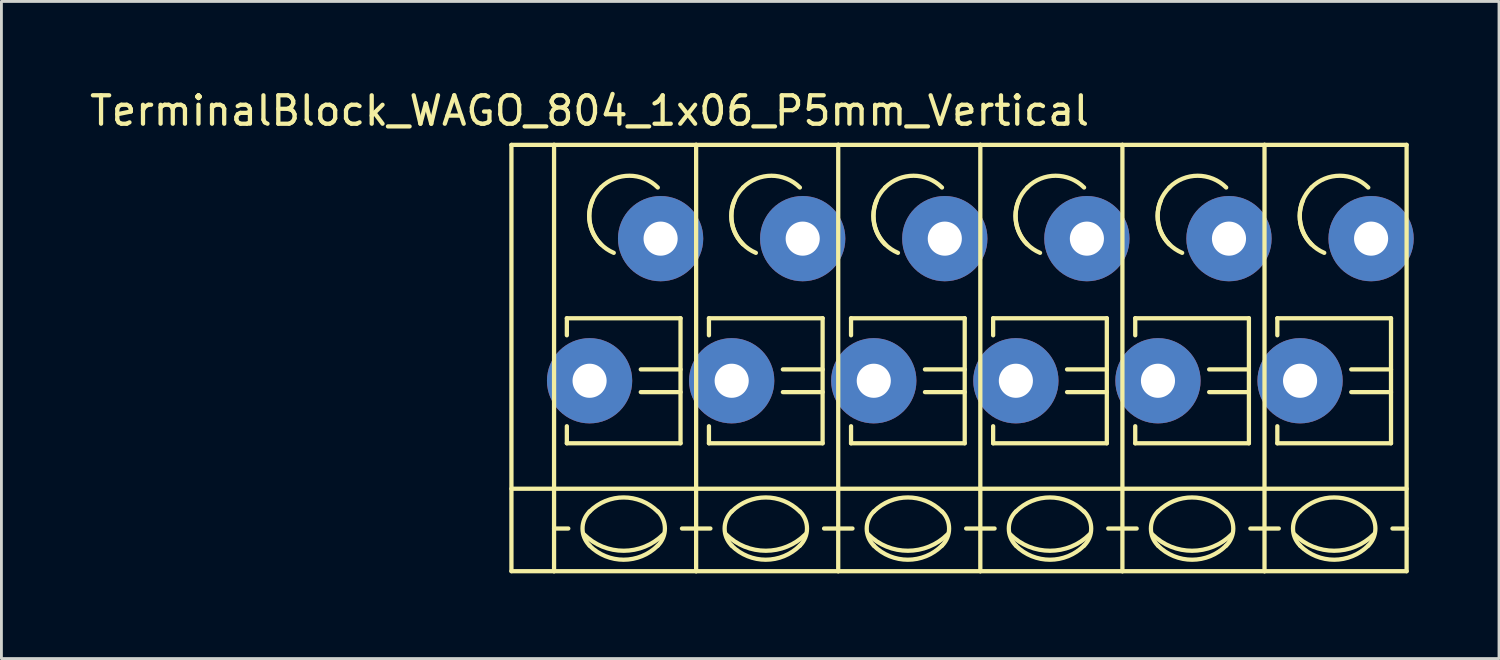
<source format=kicad_pcb>
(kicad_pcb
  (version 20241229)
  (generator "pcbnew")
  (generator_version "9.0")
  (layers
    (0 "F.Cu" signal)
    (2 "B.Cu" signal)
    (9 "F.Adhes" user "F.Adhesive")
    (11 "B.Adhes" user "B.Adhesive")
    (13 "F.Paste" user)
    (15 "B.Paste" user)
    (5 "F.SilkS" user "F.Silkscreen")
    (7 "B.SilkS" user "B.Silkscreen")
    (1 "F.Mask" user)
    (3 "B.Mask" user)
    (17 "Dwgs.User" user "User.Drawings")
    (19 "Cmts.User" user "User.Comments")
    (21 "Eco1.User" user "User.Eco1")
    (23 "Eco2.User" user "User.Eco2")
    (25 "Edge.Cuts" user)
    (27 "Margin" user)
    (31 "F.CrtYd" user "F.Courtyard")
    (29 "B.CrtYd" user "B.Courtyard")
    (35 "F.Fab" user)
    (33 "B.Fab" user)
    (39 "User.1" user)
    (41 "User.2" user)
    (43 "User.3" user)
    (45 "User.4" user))
  (footprint "TerminalBlock_WAGO_804_1x06_P5mm_Vertical"
    (layer "F.Cu")
    (at 17.696 10.348)
    (property "Reference" "TerminalBlock_WAGO_804_1x06_P5mm_Vertical" (at 0 -9.5 0) (layer "F.SilkS") (effects (font (size 1 1) (thickness 0.15))))
    (attr through_hole)
    (fp_line (start -2.75 -8.3) (end -1.25 -8.3) (stroke (width 0.15) (type solid)) (layer "F.SilkS"))
    (fp_line (start -2.75 6.7) (end -2.75 -8.3) (stroke (width 0.15) (type solid)) (layer "F.SilkS"))
    (fp_line (start -1.25 6.7) (end -2.75 6.7) (stroke (width 0.15) (type solid)) (layer "F.SilkS"))
    (fp_line (start -1.25 5.199) (end -0.749 5.199) (stroke (width 0.15) (type solid)) (layer "F.SilkS"))
    (fp_line (start -1.25 6.701) (end -1.25 -8.301) (stroke (width 0.15) (type solid)) (layer "F.SilkS"))
    (fp_line (start -0.8 -2.2) (end -0.8 -1.6) (stroke (width 0.15) (type solid)) (layer "F.SilkS"))
    (fp_line (start -0.8 -2.2) (end 3.2 -2.2) (stroke (width 0.15) (type solid)) (layer "F.SilkS"))
    (fp_line (start -0.8 2.2) (end -0.8 1.6) (stroke (width 0.15) (type solid)) (layer "F.SilkS"))
    (fp_line (start 3.2 -2.2) (end 3.2 2.2) (stroke (width 0.15) (type solid)) (layer "F.SilkS"))
    (fp_line (start 3.2 -0.399) (end 1.801 -0.399) (stroke (width 0.15) (type solid)) (layer "F.SilkS"))
    (fp_line (start 3.2 0.399) (end 1.801 0.399) (stroke (width 0.15) (type solid)) (layer "F.SilkS"))
    (fp_line (start 3.2 2.2) (end -0.8 2.2) (stroke (width 0.15) (type solid)) (layer "F.SilkS"))
    (fp_line (start 3.749 -8.301) (end -1.25 -8.301) (stroke (width 0.15) (type solid)) (layer "F.SilkS"))
    (fp_line (start 3.749 -8.301) (end 3.749 6.701) (stroke (width 0.15) (type solid)) (layer "F.SilkS"))
    (fp_line (start 3.749 5.199) (end 3.251 5.199) (stroke (width 0.15) (type solid)) (layer "F.SilkS"))
    (fp_line (start 3.749 6.701) (end -1.25 6.701) (stroke (width 0.15) (type solid)) (layer "F.SilkS"))
    (fp_line (start 3.75 3.8) (end -2.75 3.8) (stroke (width 0.15) (type solid)) (layer "F.SilkS"))
    (fp_line (start 3.75 3.8) (end 8.75 3.8) (stroke (width 0.15) (type solid)) (layer "F.SilkS"))
    (fp_line (start 3.75 5.199) (end 4.251 5.199) (stroke (width 0.15) (type solid)) (layer "F.SilkS"))
    (fp_line (start 4.2 -2.2) (end 4.2 -1.6) (stroke (width 0.15) (type solid)) (layer "F.SilkS"))
    (fp_line (start 4.2 -2.2) (end 8.2 -2.2) (stroke (width 0.15) (type solid)) (layer "F.SilkS"))
    (fp_line (start 4.2 2.2) (end 4.2 1.6) (stroke (width 0.15) (type solid)) (layer "F.SilkS"))
    (fp_line (start 8.2 -2.2) (end 8.2 2.2) (stroke (width 0.15) (type solid)) (layer "F.SilkS"))
    (fp_line (start 8.2 -0.399) (end 6.801 -0.399) (stroke (width 0.15) (type solid)) (layer "F.SilkS"))
    (fp_line (start 8.2 0.399) (end 6.801 0.399) (stroke (width 0.15) (type solid)) (layer "F.SilkS"))
    (fp_line (start 8.2 2.2) (end 4.2 2.2) (stroke (width 0.15) (type solid)) (layer "F.SilkS"))
    (fp_line (start 8.749 -8.301) (end 3.75 -8.301) (stroke (width 0.15) (type solid)) (layer "F.SilkS"))
    (fp_line (start 8.749 -8.301) (end 8.749 6.701) (stroke (width 0.15) (type solid)) (layer "F.SilkS"))
    (fp_line (start 8.749 5.199) (end 8.251 5.199) (stroke (width 0.15) (type solid)) (layer "F.SilkS"))
    (fp_line (start 8.749 6.701) (end 3.75 6.701) (stroke (width 0.15) (type solid)) (layer "F.SilkS"))
    (fp_line (start 8.75 3.8) (end 13.75 3.8) (stroke (width 0.15) (type solid)) (layer "F.SilkS"))
    (fp_line (start 8.75 5.199) (end 9.251 5.199) (stroke (width 0.15) (type solid)) (layer "F.SilkS"))
    (fp_line (start 9.2 -2.2) (end 9.2 -1.6) (stroke (width 0.15) (type solid)) (layer "F.SilkS"))
    (fp_line (start 9.2 -2.2) (end 13.2 -2.2) (stroke (width 0.15) (type solid)) (layer "F.SilkS"))
    (fp_line (start 9.2 2.2) (end 9.2 1.6) (stroke (width 0.15) (type solid)) (layer "F.SilkS"))
    (fp_line (start 13.2 -2.2) (end 13.2 2.2) (stroke (width 0.15) (type solid)) (layer "F.SilkS"))
    (fp_line (start 13.2 -0.399) (end 11.801 -0.399) (stroke (width 0.15) (type solid)) (layer "F.SilkS"))
    (fp_line (start 13.2 0.399) (end 11.801 0.399) (stroke (width 0.15) (type solid)) (layer "F.SilkS"))
    (fp_line (start 13.2 2.2) (end 9.2 2.2) (stroke (width 0.15) (type solid)) (layer "F.SilkS"))
    (fp_line (start 13.749 -8.301) (end 8.75 -8.301) (stroke (width 0.15) (type solid)) (layer "F.SilkS"))
    (fp_line (start 13.749 -8.301) (end 13.749 6.701) (stroke (width 0.15) (type solid)) (layer "F.SilkS"))
    (fp_line (start 13.749 5.199) (end 13.251 5.199) (stroke (width 0.15) (type solid)) (layer "F.SilkS"))
    (fp_line (start 13.749 6.701) (end 8.75 6.701) (stroke (width 0.15) (type solid)) (layer "F.SilkS"))
    (fp_line (start 13.75 3.8) (end 18.75 3.8) (stroke (width 0.15) (type solid)) (layer "F.SilkS"))
    (fp_line (start 13.75 5.199) (end 14.251 5.199) (stroke (width 0.15) (type solid)) (layer "F.SilkS"))
    (fp_line (start 14.2 -2.2) (end 14.2 -1.6) (stroke (width 0.15) (type solid)) (layer "F.SilkS"))
    (fp_line (start 14.2 -2.2) (end 18.2 -2.2) (stroke (width 0.15) (type solid)) (layer "F.SilkS"))
    (fp_line (start 14.2 2.2) (end 14.2 1.6) (stroke (width 0.15) (type solid)) (layer "F.SilkS"))
    (fp_line (start 18.2 -2.2) (end 18.2 2.2) (stroke (width 0.15) (type solid)) (layer "F.SilkS"))
    (fp_line (start 18.2 -0.399) (end 16.801 -0.399) (stroke (width 0.15) (type solid)) (layer "F.SilkS"))
    (fp_line (start 18.2 0.399) (end 16.801 0.399) (stroke (width 0.15) (type solid)) (layer "F.SilkS"))
    (fp_line (start 18.2 2.2) (end 14.2 2.2) (stroke (width 0.15) (type solid)) (layer "F.SilkS"))
    (fp_line (start 18.749 -8.301) (end 13.75 -8.301) (stroke (width 0.15) (type solid)) (layer "F.SilkS"))
    (fp_line (start 18.749 -8.301) (end 18.749 6.701) (stroke (width 0.15) (type solid)) (layer "F.SilkS"))
    (fp_line (start 18.749 5.199) (end 18.251 5.199) (stroke (width 0.15) (type solid)) (layer "F.SilkS"))
    (fp_line (start 18.749 6.701) (end 13.75 6.701) (stroke (width 0.15) (type solid)) (layer "F.SilkS"))
    (fp_line (start 18.75 3.8) (end 23.75 3.8) (stroke (width 0.15) (type solid)) (layer "F.SilkS"))
    (fp_line (start 18.75 5.199) (end 19.251 5.199) (stroke (width 0.15) (type solid)) (layer "F.SilkS"))
    (fp_line (start 19.2 -2.2) (end 19.2 -1.6) (stroke (width 0.15) (type solid)) (layer "F.SilkS"))
    (fp_line (start 19.2 -2.2) (end 23.2 -2.2) (stroke (width 0.15) (type solid)) (layer "F.SilkS"))
    (fp_line (start 19.2 2.2) (end 19.2 1.6) (stroke (width 0.15) (type solid)) (layer "F.SilkS"))
    (fp_line (start 23.2 -2.2) (end 23.2 2.2) (stroke (width 0.15) (type solid)) (layer "F.SilkS"))
    (fp_line (start 23.2 -0.399) (end 21.801 -0.399) (stroke (width 0.15) (type solid)) (layer "F.SilkS"))
    (fp_line (start 23.2 0.399) (end 21.801 0.399) (stroke (width 0.15) (type solid)) (layer "F.SilkS"))
    (fp_line (start 23.2 2.2) (end 19.2 2.2) (stroke (width 0.15) (type solid)) (layer "F.SilkS"))
    (fp_line (start 23.749 -8.301) (end 18.75 -8.301) (stroke (width 0.15) (type solid)) (layer "F.SilkS"))
    (fp_line (start 23.749 -8.301) (end 23.749 6.701) (stroke (width 0.15) (type solid)) (layer "F.SilkS"))
    (fp_line (start 23.749 5.199) (end 23.251 5.199) (stroke (width 0.15) (type solid)) (layer "F.SilkS"))
    (fp_line (start 23.749 6.701) (end 18.75 6.701) (stroke (width 0.15) (type solid)) (layer "F.SilkS"))
    (fp_line (start 23.75 3.8) (end 28.75 3.8) (stroke (width 0.15) (type solid)) (layer "F.SilkS"))
    (fp_line (start 23.75 5.199) (end 24.251 5.199) (stroke (width 0.15) (type solid)) (layer "F.SilkS"))
    (fp_line (start 24.2 -2.2) (end 24.2 -1.6) (stroke (width 0.15) (type solid)) (layer "F.SilkS"))
    (fp_line (start 24.2 -2.2) (end 28.2 -2.2) (stroke (width 0.15) (type solid)) (layer "F.SilkS"))
    (fp_line (start 24.2 2.2) (end 24.2 1.6) (stroke (width 0.15) (type solid)) (layer "F.SilkS"))
    (fp_line (start 28.2 -2.2) (end 28.2 2.2) (stroke (width 0.15) (type solid)) (layer "F.SilkS"))
    (fp_line (start 28.2 -0.399) (end 26.801 -0.399) (stroke (width 0.15) (type solid)) (layer "F.SilkS"))
    (fp_line (start 28.2 0.399) (end 26.801 0.399) (stroke (width 0.15) (type solid)) (layer "F.SilkS"))
    (fp_line (start 28.2 2.2) (end 24.2 2.2) (stroke (width 0.15) (type solid)) (layer "F.SilkS"))
    (fp_line (start 28.749 -8.301) (end 23.75 -8.301) (stroke (width 0.15) (type solid)) (layer "F.SilkS"))
    (fp_line (start 28.749 -8.301) (end 28.749 6.701) (stroke (width 0.15) (type solid)) (layer "F.SilkS"))
    (fp_line (start 28.749 5.199) (end 28.251 5.199) (stroke (width 0.15) (type solid)) (layer "F.SilkS"))
    (fp_line (start 28.749 6.701) (end 23.75 6.701) (stroke (width 0.15) (type solid)) (layer "F.SilkS"))
    (fp_arc (start 0 4.60248) (mid 1.19888 4.105888) (end 2.39776 4.60248) (stroke (width 0.15) (type solid)) (layer "F.SilkS"))
    (fp_arc (start 0 5.79882) (mid -0.248296 5.19938) (end 0 4.59994) (stroke (width 0.15) (type solid)) (layer "F.SilkS"))
    (fp_arc (start 0.39878 -6.79958) (mid 1.39954 -7.214108) (end 2.4003 -6.79958) (stroke (width 0.15) (type solid)) (layer "F.SilkS"))
    (fp_arc (start 0.39878 -4.8006) (mid -0.013952 -5.800616) (end 0.40132 -6.79958) (stroke (width 0.15) (type solid)) (layer "F.SilkS"))
    (fp_arc (start 0.8509 -4.50088) (mid 0.093811 -5.268985) (end 0.1016 -6.34746) (stroke (width 0.15) (type solid)) (layer "F.SilkS"))
    (fp_arc (start 2.4003 5.79882) (mid 1.200676 6.297208) (end 0 5.80136) (stroke (width 0.15) (type solid)) (layer "F.SilkS"))
    (fp_arc (start 2.40284 4.59994) (mid 2.650392 5.201176) (end 2.4003 5.80136) (stroke (width 0.15) (type solid)) (layer "F.SilkS"))
    (fp_arc (start 2.60096 5.40004) (mid 1.200676 5.981545) (end -0.20066 5.40258) (stroke (width 0.15) (type solid)) (layer "F.SilkS"))
    (fp_arc (start 5 4.60248) (mid 6.19888 4.105888) (end 7.39776 4.60248) (stroke (width 0.15) (type solid)) (layer "F.SilkS"))
    (fp_arc (start 5 5.79882) (mid 4.751704 5.19938) (end 5 4.59994) (stroke (width 0.15) (type solid)) (layer "F.SilkS"))
    (fp_arc (start 5.39878 -6.79958) (mid 6.39954 -7.214108) (end 7.4003 -6.79958) (stroke (width 0.15) (type solid)) (layer "F.SilkS"))
    (fp_arc (start 5.39878 -4.8006) (mid 4.986048 -5.800616) (end 5.40132 -6.79958) (stroke (width 0.15) (type solid)) (layer "F.SilkS"))
    (fp_arc (start 5.8509 -4.50088) (mid 5.093811 -5.268985) (end 5.1016 -6.34746) (stroke (width 0.15) (type solid)) (layer "F.SilkS"))
    (fp_arc (start 7.4003 5.79882) (mid 6.200676 6.297208) (end 5 5.80136) (stroke (width 0.15) (type solid)) (layer "F.SilkS"))
    (fp_arc (start 7.40284 4.59994) (mid 7.650392 5.201176) (end 7.4003 5.80136) (stroke (width 0.15) (type solid)) (layer "F.SilkS"))
    (fp_arc (start 7.60096 5.40004) (mid 6.200676 5.981545) (end 4.79934 5.40258) (stroke (width 0.15) (type solid)) (layer "F.SilkS"))
    (fp_arc (start 10 4.60248) (mid 11.19888 4.105888) (end 12.39776 4.60248) (stroke (width 0.15) (type solid)) (layer "F.SilkS"))
    (fp_arc (start 10 5.79882) (mid 9.751704 5.19938) (end 10 4.59994) (stroke (width 0.15) (type solid)) (layer "F.SilkS"))
    (fp_arc (start 10.39878 -6.79958) (mid 11.39954 -7.214108) (end 12.4003 -6.79958) (stroke (width 0.15) (type solid)) (layer "F.SilkS"))
    (fp_arc (start 10.39878 -4.8006) (mid 9.986048 -5.800616) (end 10.40132 -6.79958) (stroke (width 0.15) (type solid)) (layer "F.SilkS"))
    (fp_arc (start 10.8509 -4.50088) (mid 10.093811 -5.268985) (end 10.1016 -6.34746) (stroke (width 0.15) (type solid)) (layer "F.SilkS"))
    (fp_arc (start 12.4003 5.79882) (mid 11.200676 6.297208) (end 10 5.80136) (stroke (width 0.15) (type solid)) (layer "F.SilkS"))
    (fp_arc (start 12.40284 4.59994) (mid 12.650392 5.201176) (end 12.4003 5.80136) (stroke (width 0.15) (type solid)) (layer "F.SilkS"))
    (fp_arc (start 12.60096 5.40004) (mid 11.200676 5.981545) (end 9.79934 5.40258) (stroke (width 0.15) (type solid)) (layer "F.SilkS"))
    (fp_arc (start 15 4.60248) (mid 16.19888 4.105888) (end 17.39776 4.60248) (stroke (width 0.15) (type solid)) (layer "F.SilkS"))
    (fp_arc (start 15 5.79882) (mid 14.751704 5.19938) (end 15 4.59994) (stroke (width 0.15) (type solid)) (layer "F.SilkS"))
    (fp_arc (start 15.39878 -6.79958) (mid 16.39954 -7.214108) (end 17.4003 -6.79958) (stroke (width 0.15) (type solid)) (layer "F.SilkS"))
    (fp_arc (start 15.39878 -4.8006) (mid 14.986048 -5.800616) (end 15.40132 -6.79958) (stroke (width 0.15) (type solid)) (layer "F.SilkS"))
    (fp_arc (start 15.8509 -4.50088) (mid 15.093811 -5.268985) (end 15.1016 -6.34746) (stroke (width 0.15) (type solid)) (layer "F.SilkS"))
    (fp_arc (start 17.4003 5.79882) (mid 16.200676 6.297208) (end 15 5.80136) (stroke (width 0.15) (type solid)) (layer "F.SilkS"))
    (fp_arc (start 17.40284 4.59994) (mid 17.650392 5.201176) (end 17.4003 5.80136) (stroke (width 0.15) (type solid)) (layer "F.SilkS"))
    (fp_arc (start 17.60096 5.40004) (mid 16.200676 5.981545) (end 14.79934 5.40258) (stroke (width 0.15) (type solid)) (layer "F.SilkS"))
    (fp_arc (start 20 4.60248) (mid 21.19888 4.105888) (end 22.39776 4.60248) (stroke (width 0.15) (type solid)) (layer "F.SilkS"))
    (fp_arc (start 20 5.79882) (mid 19.751704 5.19938) (end 20 4.59994) (stroke (width 0.15) (type solid)) (layer "F.SilkS"))
    (fp_arc (start 20.39878 -6.79958) (mid 21.39954 -7.214108) (end 22.4003 -6.79958) (stroke (width 0.15) (type solid)) (layer "F.SilkS"))
    (fp_arc (start 20.39878 -4.8006) (mid 19.986048 -5.800616) (end 20.40132 -6.79958) (stroke (width 0.15) (type solid)) (layer "F.SilkS"))
    (fp_arc (start 20.8509 -4.50088) (mid 20.093811 -5.268985) (end 20.1016 -6.34746) (stroke (width 0.15) (type solid)) (layer "F.SilkS"))
    (fp_arc (start 22.4003 5.79882) (mid 21.200676 6.297208) (end 20 5.80136) (stroke (width 0.15) (type solid)) (layer "F.SilkS"))
    (fp_arc (start 22.40284 4.59994) (mid 22.650392 5.201176) (end 22.4003 5.80136) (stroke (width 0.15) (type solid)) (layer "F.SilkS"))
    (fp_arc (start 22.60096 5.40004) (mid 21.200676 5.981545) (end 19.79934 5.40258) (stroke (width 0.15) (type solid)) (layer "F.SilkS"))
    (fp_arc (start 25 4.60248) (mid 26.19888 4.105888) (end 27.39776 4.60248) (stroke (width 0.15) (type solid)) (layer "F.SilkS"))
    (fp_arc (start 25 5.79882) (mid 24.751704 5.19938) (end 25 4.59994) (stroke (width 0.15) (type solid)) (layer "F.SilkS"))
    (fp_arc (start 25.39878 -6.79958) (mid 26.39954 -7.214108) (end 27.4003 -6.79958) (stroke (width 0.15) (type solid)) (layer "F.SilkS"))
    (fp_arc (start 25.39878 -4.8006) (mid 24.986048 -5.800616) (end 25.40132 -6.79958) (stroke (width 0.15) (type solid)) (layer "F.SilkS"))
    (fp_arc (start 25.8509 -4.50088) (mid 25.093811 -5.268985) (end 25.1016 -6.34746) (stroke (width 0.15) (type solid)) (layer "F.SilkS"))
    (fp_arc (start 27.4003 5.79882) (mid 26.200676 6.297208) (end 25 5.80136) (stroke (width 0.15) (type solid)) (layer "F.SilkS"))
    (fp_arc (start 27.40284 4.59994) (mid 27.650392 5.201176) (end 27.4003 5.80136) (stroke (width 0.15) (type solid)) (layer "F.SilkS"))
    (fp_arc (start 27.60096 5.40004) (mid 26.200676 5.981545) (end 24.79934 5.40258) (stroke (width 0.15) (type solid)) (layer "F.SilkS"))
    (pad "1" thru_hole circle (at 0 0) (size 3 3) (drill 1.2) (layers "*.Cu" "*.Mask"))
    (pad "1" thru_hole circle (at 2.499 -5.001) (size 3 3) (drill 1.2) (layers "*.Cu" "*.Mask"))
    (pad "2" thru_hole circle (at 5 0) (size 3 3) (drill 1.2) (layers "*.Cu" "*.Mask"))
    (pad "2" thru_hole circle (at 7.499 -5.001) (size 3 3) (drill 1.2) (layers "*.Cu" "*.Mask"))
    (pad "3" thru_hole circle (at 10 0) (size 3 3) (drill 1.2) (layers "*.Cu" "*.Mask"))
    (pad "3" thru_hole circle (at 12.499 -5.001) (size 3 3) (drill 1.2) (layers "*.Cu" "*.Mask"))
    (pad "4" thru_hole circle (at 15 0) (size 3 3) (drill 1.2) (layers "*.Cu" "*.Mask"))
    (pad "4" thru_hole circle (at 17.499 -5.001) (size 3 3) (drill 1.2) (layers "*.Cu" "*.Mask"))
    (pad "5" thru_hole circle (at 20 0) (size 3 3) (drill 1.2) (layers "*.Cu" "*.Mask"))
    (pad "5" thru_hole circle (at 22.499 -5.001) (size 3 3) (drill 1.2) (layers "*.Cu" "*.Mask"))
    (pad "6" thru_hole circle (at 25 0) (size 3 3) (drill 1.2) (layers "*.Cu" "*.Mask"))
    (pad "6" thru_hole circle (at 27.499 -5.001) (size 3 3) (drill 1.2) (layers "*.Cu" "*.Mask")))
  (gr_rect
    (start -3 -3)
    (end 49.696 20.124)
    (stroke (width 0.1) (type default))
    (fill no)
    (layer "Edge.Cuts")))
</source>
